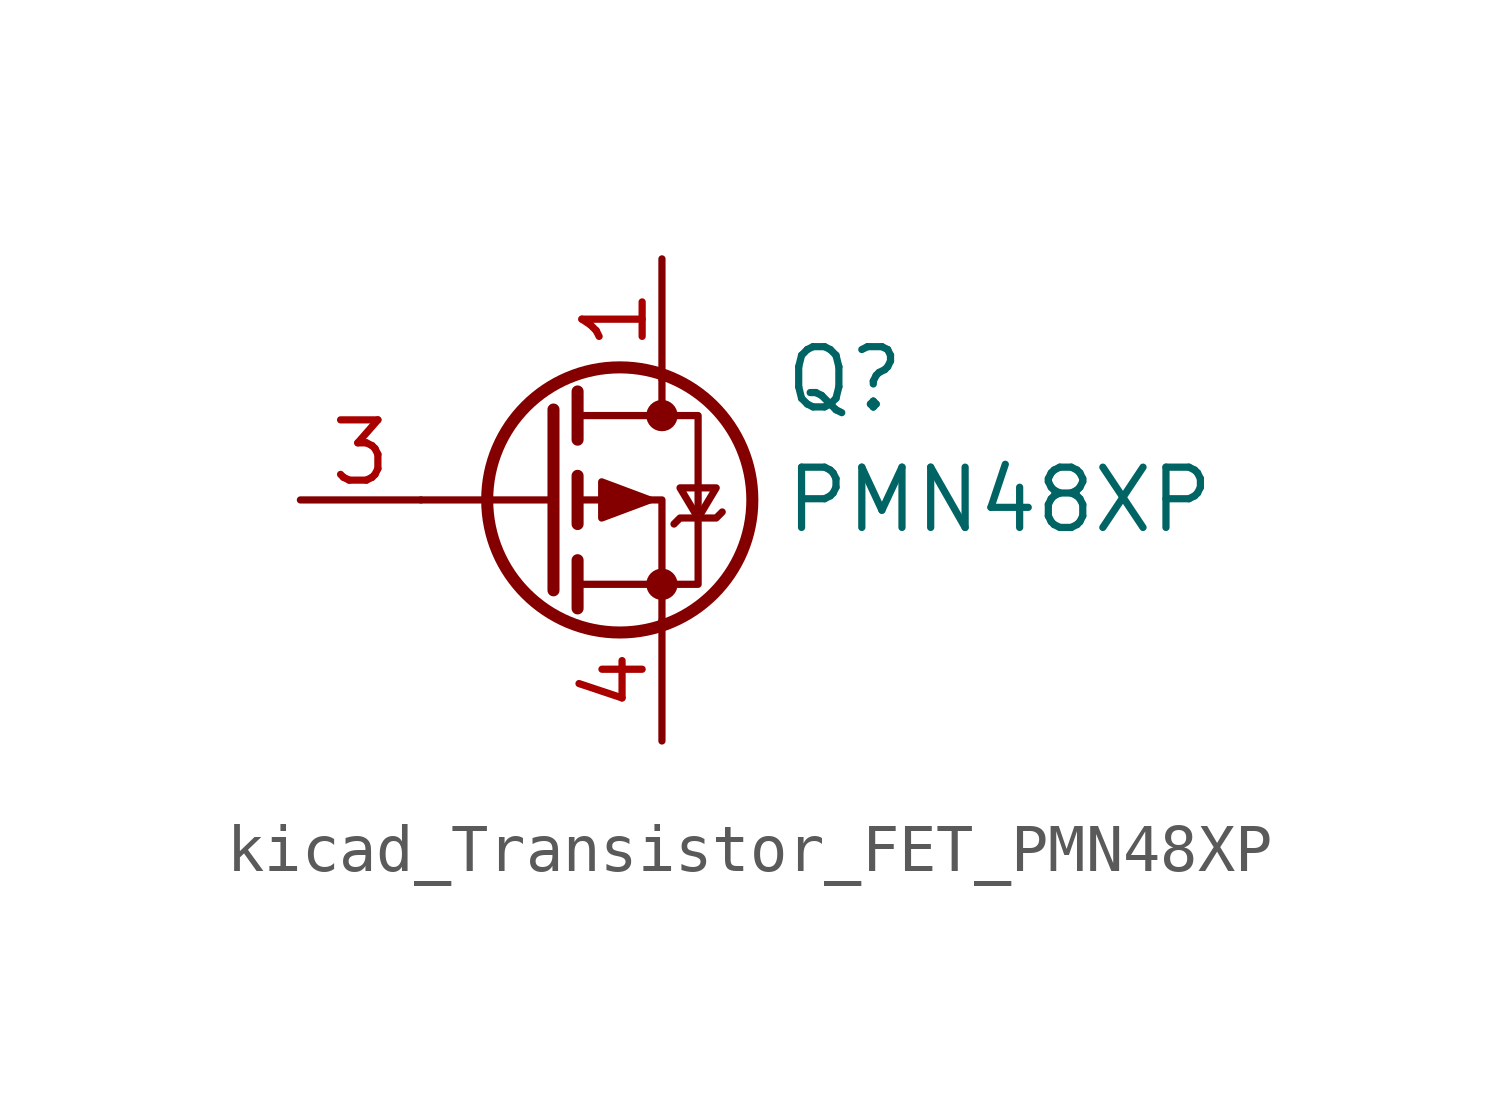
<source format=kicad_sym>
(kicad_symbol_lib
  (version 20220914)
  (generator kicad_symbol_editor)
  (symbol "kicad_Transistor_FET_PMN48XP"
    (pin_names hide)
    (property "Reference" "Q"
      (at 5.08 2.54 0)
      (effects (font (size 1.27 1.27)) (justify left)))
    (property "Value" "PMN48XP"
      (at 5.08 0 0)
      (effects (font (size 1.27 1.27)) (justify left)))
    (symbol "kicad_Transistor_FET_PMN48XP_0_1"
      (polyline (pts (xy 0.254 0) (xy -2.54 0)) (stroke (width 0) (type default)) (fill (type none)))
      (polyline (pts (xy 0.254 1.905) (xy 0.254 -1.905)) (stroke (width 0.254) (type default)) (fill (type none)))
      (polyline (pts (xy 0.762 -1.27) (xy 0.762 -2.286)) (stroke (width 0.254) (type default)) (fill (type none)))
      (polyline (pts (xy 0.762 0.508) (xy 0.762 -0.508)) (stroke (width 0.254) (type default)) (fill (type none)))
      (polyline (pts (xy 0.762 2.286) (xy 0.762 1.27)) (stroke (width 0.254) (type default)) (fill (type none)))
      (polyline (pts (xy 2.54 2.54) (xy 2.54 1.778)) (stroke (width 0) (type default)) (fill (type none)))
      (polyline (pts (xy 2.54 -2.54) (xy 2.54 0) (xy 0.762 0)) (stroke (width 0) (type default)) (fill (type none)))
      (polyline (pts (xy 0.762 1.778) (xy 3.302 1.778) (xy 3.302 -1.778) (xy 0.762 -1.778)) (stroke (width 0) (type default)) (fill (type none)))
      (polyline (pts (xy 2.286 0) (xy 1.27 0.381) (xy 1.27 -0.381) (xy 2.286 0)) (stroke (width 0) (type default)) (fill (type outline)))
      (polyline (pts (xy 2.794 -0.508) (xy 2.921 -0.381) (xy 3.683 -0.381) (xy 3.81 -0.254)) (stroke (width 0) (type default)) (fill (type none)))
      (polyline (pts (xy 3.302 -0.381) (xy 2.921 0.254) (xy 3.683 0.254) (xy 3.302 -0.381)) (stroke (width 0) (type default)) (fill (type none)))
      (circle (center 1.651 0) (radius 2.794) (stroke (width 0.254) (type default)) (fill (type none)))
      (circle (center 2.54 -1.778) (radius 0.254) (stroke (width 0) (type default)) (fill (type outline)))
      (circle (center 2.54 1.778) (radius 0.254) (stroke (width 0) (type default)) (fill (type outline))))
    (symbol "kicad_Transistor_FET_PMN48XP_1_1"
      (pin passive line (at 2.54 5.08 270) (length 2.54) (name "D" (effects (font (size 1.27 1.27)))) (number "1" (effects (font (size 1.27 1.27)))))
      (pin passive line (at 2.54 5.08 270) (length 2.54) hide (name "D" (effects (font (size 1.27 1.27)))) (number "2" (effects (font (size 1.27 1.27)))))
      (pin passive line (at -5.08 0 0) (length 2.54) (name "G" (effects (font (size 1.27 1.27)))) (number "3" (effects (font (size 1.27 1.27)))))
      (pin passive line (at 2.54 -5.08 90) (length 2.54) (name "S" (effects (font (size 1.27 1.27)))) (number "4" (effects (font (size 1.27 1.27)))))
      (pin passive line (at 2.54 5.08 270) (length 2.54) hide (name "D" (effects (font (size 1.27 1.27)))) (number "5" (effects (font (size 1.27 1.27)))))
      (pin passive line (at 2.54 5.08 270) (length 2.54) hide (name "D" (effects (font (size 1.27 1.27)))) (number "6" (effects (font (size 1.27 1.27))))))))
</source>
